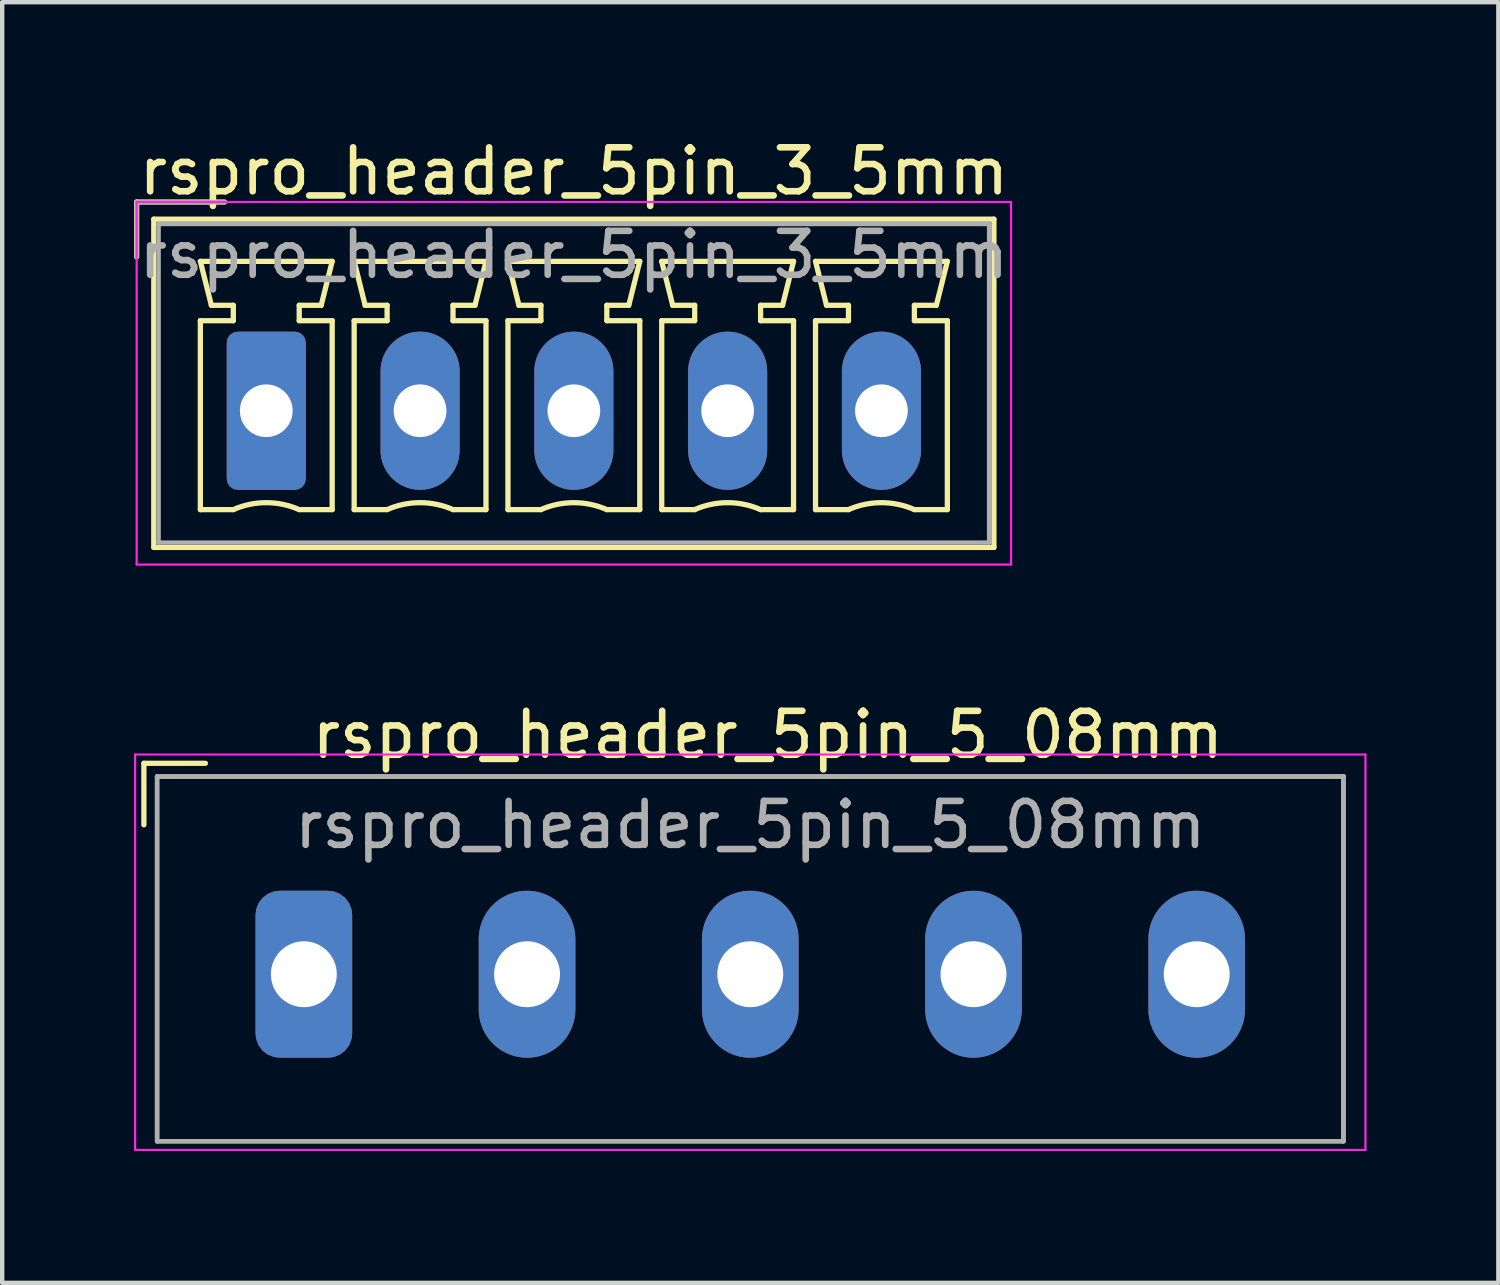
<source format=kicad_pcb>
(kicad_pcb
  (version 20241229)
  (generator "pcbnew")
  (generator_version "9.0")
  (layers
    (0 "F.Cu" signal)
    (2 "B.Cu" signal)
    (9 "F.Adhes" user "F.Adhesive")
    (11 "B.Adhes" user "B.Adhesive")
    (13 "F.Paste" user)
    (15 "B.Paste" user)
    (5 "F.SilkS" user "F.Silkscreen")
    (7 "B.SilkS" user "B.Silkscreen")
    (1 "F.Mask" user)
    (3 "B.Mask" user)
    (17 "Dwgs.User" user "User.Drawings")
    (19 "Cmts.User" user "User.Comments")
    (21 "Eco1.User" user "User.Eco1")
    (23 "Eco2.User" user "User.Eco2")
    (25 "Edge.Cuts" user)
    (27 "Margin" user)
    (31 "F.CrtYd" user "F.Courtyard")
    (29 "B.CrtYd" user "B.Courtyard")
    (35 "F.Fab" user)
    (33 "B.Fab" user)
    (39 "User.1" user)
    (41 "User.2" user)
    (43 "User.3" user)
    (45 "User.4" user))
  (footprint "rspro_header_5pin_5_08mm"
    (layer "F.Cu")
    (at 14.025 19.122)
    (property "Reference" "rspro_header_5pin_5_08mm" (at 0.4 -5.45 0) (layer "F.SilkS") (effects (font (size 1 1) (thickness 0.15))))
    (attr through_hole)
    (fp_line (start -13.8 -4.8) (end -13.8 -3.4) (stroke (width 0.12) (type default)) (layer "F.SilkS"))
    (fp_line (start -13.8 -4.8) (end -12.4 -4.8) (stroke (width 0.12) (type default)) (layer "F.SilkS"))
    (fp_line (start -13.5 -4.5) (end -13.5 3.8) (stroke (width 0.1) (type default)) (layer "F.SilkS"))
    (fp_line (start 13.5 -4.5) (end -13.5 -4.5) (stroke (width 0.1) (type solid)) (layer "F.SilkS"))
    (fp_line (start 13.5 -4.5) (end 13.5 3.8) (stroke (width 0.1) (type default)) (layer "F.SilkS"))
    (fp_line (start 13.5 3.8) (end -13.5 3.8) (stroke (width 0.1) (type solid)) (layer "F.SilkS"))
    (fp_line (start -14 -5) (end -14 4) (stroke (width 0.05) (type default)) (layer "F.CrtYd"))
    (fp_line (start -14 4) (end 14 4) (stroke (width 0.05) (type default)) (layer "F.CrtYd"))
    (fp_line (start 14 -5) (end -14 -5) (stroke (width 0.05) (type default)) (layer "F.CrtYd"))
    (fp_line (start 14 4) (end 14 -5) (stroke (width 0.05) (type default)) (layer "F.CrtYd"))
    (fp_line (start -13.5 -4.5) (end -13.5 3.8) (stroke (width 0.1) (type default)) (layer "F.Fab"))
    (fp_line (start 13.5 -4.5) (end -13.5 -4.5) (stroke (width 0.1) (type solid)) (layer "F.Fab"))
    (fp_line (start 13.5 -4.5) (end 13.5 3.8) (stroke (width 0.1) (type default)) (layer "F.Fab"))
    (fp_line (start 13.5 3.8) (end -13.5 3.8) (stroke (width 0.1) (type solid)) (layer "F.Fab"))
    (fp_text user "${REFERENCE}" (at 0 -3.4 0) (layer "F.Fab") (effects (font (size 1 1) (thickness 0.15))))
    (pad "1" thru_hole roundrect (at -10.16 0) (size 2.2 3.8) (drill 1.5) (layers "*.Cu" "*.Mask") (roundrect_rratio 0.25))
    (pad "2" thru_hole oval (at -5.08 0) (size 2.2 3.8) (drill 1.5) (layers "*.Cu" "*.Mask"))
    (pad "3" thru_hole oval (at 0 0) (size 2.2 3.8) (drill 1.5) (layers "*.Cu" "*.Mask"))
    (pad "4" thru_hole oval (at 5.08 0) (size 2.2 3.8) (drill 1.5) (layers "*.Cu" "*.Mask"))
    (pad "5" thru_hole oval (at 10.16 0) (size 2.2 3.8) (drill 1.5) (layers "*.Cu" "*.Mask")))
  (footprint "rspro_header_5pin_3_5mm"
    (layer "F.Cu")
    (at 3.01 6.298)
    (property "Reference" "rspro_header_5pin_3_5mm" (at 7 -5.45 0) (layer "F.SilkS") (effects (font (size 1 1) (thickness 0.15))))
    (attr through_hole)
    (fp_line (start -2.95 -4.75) (end -0.95 -4.75) (stroke (width 0.12) (type solid)) (layer "F.SilkS"))
    (fp_line (start -2.95 -3.5) (end -2.95 -4.75) (stroke (width 0.12) (type solid)) (layer "F.SilkS"))
    (fp_line (start -2.56 -4.36) (end -2.56 3.11) (stroke (width 0.12) (type solid)) (layer "F.SilkS"))
    (fp_line (start -2.56 3.11) (end 16.56 3.11) (stroke (width 0.12) (type solid)) (layer "F.SilkS"))
    (fp_line (start -1.5 -3.4) (end 1.5 -3.4) (stroke (width 0.12) (type solid)) (layer "F.SilkS"))
    (fp_line (start -1.5 -2.05) (end -0.75 -2.05) (stroke (width 0.12) (type solid)) (layer "F.SilkS"))
    (fp_line (start -1.5 2.25) (end -1.5 -2.05) (stroke (width 0.12) (type solid)) (layer "F.SilkS"))
    (fp_line (start -1.25 -2.4) (end -1.5 -3.4) (stroke (width 0.12) (type solid)) (layer "F.SilkS"))
    (fp_line (start -0.75 -2.4) (end -1.25 -2.4) (stroke (width 0.12) (type solid)) (layer "F.SilkS"))
    (fp_line (start -0.75 -2.05) (end -0.75 -2.4) (stroke (width 0.12) (type solid)) (layer "F.SilkS"))
    (fp_line (start -0.75 2.25) (end -1.5 2.25) (stroke (width 0.12) (type solid)) (layer "F.SilkS"))
    (fp_line (start 0.75 -2.4) (end 0.75 -2.05) (stroke (width 0.12) (type solid)) (layer "F.SilkS"))
    (fp_line (start 0.75 -2.05) (end 1.5 -2.05) (stroke (width 0.12) (type solid)) (layer "F.SilkS"))
    (fp_line (start 1.25 -2.4) (end 0.75 -2.4) (stroke (width 0.12) (type solid)) (layer "F.SilkS"))
    (fp_line (start 1.5 -3.4) (end 1.25 -2.4) (stroke (width 0.12) (type solid)) (layer "F.SilkS"))
    (fp_line (start 1.5 -2.05) (end 1.5 2.25) (stroke (width 0.12) (type solid)) (layer "F.SilkS"))
    (fp_line (start 1.5 2.25) (end 0.75 2.25) (stroke (width 0.12) (type solid)) (layer "F.SilkS"))
    (fp_line (start 2 -3.4) (end 5 -3.4) (stroke (width 0.12) (type solid)) (layer "F.SilkS"))
    (fp_line (start 2 -2.05) (end 2.75 -2.05) (stroke (width 0.12) (type solid)) (layer "F.SilkS"))
    (fp_line (start 2 2.25) (end 2 -2.05) (stroke (width 0.12) (type solid)) (layer "F.SilkS"))
    (fp_line (start 2.25 -2.4) (end 2 -3.4) (stroke (width 0.12) (type solid)) (layer "F.SilkS"))
    (fp_line (start 2.75 -2.4) (end 2.25 -2.4) (stroke (width 0.12) (type solid)) (layer "F.SilkS"))
    (fp_line (start 2.75 -2.05) (end 2.75 -2.4) (stroke (width 0.12) (type solid)) (layer "F.SilkS"))
    (fp_line (start 2.75 2.25) (end 2 2.25) (stroke (width 0.12) (type solid)) (layer "F.SilkS"))
    (fp_line (start 4.25 -2.4) (end 4.25 -2.05) (stroke (width 0.12) (type solid)) (layer "F.SilkS"))
    (fp_line (start 4.25 -2.05) (end 5 -2.05) (stroke (width 0.12) (type solid)) (layer "F.SilkS"))
    (fp_line (start 4.75 -2.4) (end 4.25 -2.4) (stroke (width 0.12) (type solid)) (layer "F.SilkS"))
    (fp_line (start 5 -3.4) (end 4.75 -2.4) (stroke (width 0.12) (type solid)) (layer "F.SilkS"))
    (fp_line (start 5 -2.05) (end 5 2.25) (stroke (width 0.12) (type solid)) (layer "F.SilkS"))
    (fp_line (start 5 2.25) (end 4.25 2.25) (stroke (width 0.12) (type solid)) (layer "F.SilkS"))
    (fp_line (start 5.5 -3.4) (end 8.5 -3.4) (stroke (width 0.12) (type solid)) (layer "F.SilkS"))
    (fp_line (start 5.5 -2.05) (end 6.25 -2.05) (stroke (width 0.12) (type solid)) (layer "F.SilkS"))
    (fp_line (start 5.5 2.25) (end 5.5 -2.05) (stroke (width 0.12) (type solid)) (layer "F.SilkS"))
    (fp_line (start 5.75 -2.4) (end 5.5 -3.4) (stroke (width 0.12) (type solid)) (layer "F.SilkS"))
    (fp_line (start 6.25 -2.4) (end 5.75 -2.4) (stroke (width 0.12) (type solid)) (layer "F.SilkS"))
    (fp_line (start 6.25 -2.05) (end 6.25 -2.4) (stroke (width 0.12) (type solid)) (layer "F.SilkS"))
    (fp_line (start 6.25 2.25) (end 5.5 2.25) (stroke (width 0.12) (type solid)) (layer "F.SilkS"))
    (fp_line (start 7.75 -2.4) (end 7.75 -2.05) (stroke (width 0.12) (type solid)) (layer "F.SilkS"))
    (fp_line (start 7.75 -2.05) (end 8.5 -2.05) (stroke (width 0.12) (type solid)) (layer "F.SilkS"))
    (fp_line (start 8.25 -2.4) (end 7.75 -2.4) (stroke (width 0.12) (type solid)) (layer "F.SilkS"))
    (fp_line (start 8.5 -3.4) (end 8.25 -2.4) (stroke (width 0.12) (type solid)) (layer "F.SilkS"))
    (fp_line (start 8.5 -2.05) (end 8.5 2.25) (stroke (width 0.12) (type solid)) (layer "F.SilkS"))
    (fp_line (start 8.5 2.25) (end 7.75 2.25) (stroke (width 0.12) (type solid)) (layer "F.SilkS"))
    (fp_line (start 9 -3.4) (end 12 -3.4) (stroke (width 0.12) (type solid)) (layer "F.SilkS"))
    (fp_line (start 9 -2.05) (end 9.75 -2.05) (stroke (width 0.12) (type solid)) (layer "F.SilkS"))
    (fp_line (start 9 2.25) (end 9 -2.05) (stroke (width 0.12) (type solid)) (layer "F.SilkS"))
    (fp_line (start 9.25 -2.4) (end 9 -3.4) (stroke (width 0.12) (type solid)) (layer "F.SilkS"))
    (fp_line (start 9.75 -2.4) (end 9.25 -2.4) (stroke (width 0.12) (type solid)) (layer "F.SilkS"))
    (fp_line (start 9.75 -2.05) (end 9.75 -2.4) (stroke (width 0.12) (type solid)) (layer "F.SilkS"))
    (fp_line (start 9.75 2.25) (end 9 2.25) (stroke (width 0.12) (type solid)) (layer "F.SilkS"))
    (fp_line (start 11.25 -2.4) (end 11.25 -2.05) (stroke (width 0.12) (type solid)) (layer "F.SilkS"))
    (fp_line (start 11.25 -2.05) (end 12 -2.05) (stroke (width 0.12) (type solid)) (layer "F.SilkS"))
    (fp_line (start 11.75 -2.4) (end 11.25 -2.4) (stroke (width 0.12) (type solid)) (layer "F.SilkS"))
    (fp_line (start 12 -3.4) (end 11.75 -2.4) (stroke (width 0.12) (type solid)) (layer "F.SilkS"))
    (fp_line (start 12 -2.05) (end 12 2.25) (stroke (width 0.12) (type solid)) (layer "F.SilkS"))
    (fp_line (start 12 2.25) (end 11.25 2.25) (stroke (width 0.12) (type solid)) (layer "F.SilkS"))
    (fp_line (start 12.5 -3.4) (end 15.5 -3.4) (stroke (width 0.12) (type solid)) (layer "F.SilkS"))
    (fp_line (start 12.5 -2.05) (end 13.25 -2.05) (stroke (width 0.12) (type solid)) (layer "F.SilkS"))
    (fp_line (start 12.5 2.25) (end 12.5 -2.05) (stroke (width 0.12) (type solid)) (layer "F.SilkS"))
    (fp_line (start 12.75 -2.4) (end 12.5 -3.4) (stroke (width 0.12) (type solid)) (layer "F.SilkS"))
    (fp_line (start 13.25 -2.4) (end 12.75 -2.4) (stroke (width 0.12) (type solid)) (layer "F.SilkS"))
    (fp_line (start 13.25 -2.05) (end 13.25 -2.4) (stroke (width 0.12) (type solid)) (layer "F.SilkS"))
    (fp_line (start 13.25 2.25) (end 12.5 2.25) (stroke (width 0.12) (type solid)) (layer "F.SilkS"))
    (fp_line (start 14.75 -2.4) (end 14.75 -2.05) (stroke (width 0.12) (type solid)) (layer "F.SilkS"))
    (fp_line (start 14.75 -2.05) (end 15.5 -2.05) (stroke (width 0.12) (type solid)) (layer "F.SilkS"))
    (fp_line (start 15.25 -2.4) (end 14.75 -2.4) (stroke (width 0.12) (type solid)) (layer "F.SilkS"))
    (fp_line (start 15.5 -3.4) (end 15.25 -2.4) (stroke (width 0.12) (type solid)) (layer "F.SilkS"))
    (fp_line (start 15.5 -2.05) (end 15.5 2.25) (stroke (width 0.12) (type solid)) (layer "F.SilkS"))
    (fp_line (start 15.5 2.25) (end 14.75 2.25) (stroke (width 0.12) (type solid)) (layer "F.SilkS"))
    (fp_line (start 16.56 -4.36) (end -2.56 -4.36) (stroke (width 0.12) (type solid)) (layer "F.SilkS"))
    (fp_line (start 16.56 3.11) (end 16.56 -4.36) (stroke (width 0.12) (type solid)) (layer "F.SilkS"))
    (fp_arc (start -0.75 2.25) (mid -0.000193 2.09191) (end 0.749647 2.249844) (stroke (width 0.12) (type solid)) (layer "F.SilkS"))
    (fp_arc (start 2.75 2.25) (mid 3.499807 2.09191) (end 4.249647 2.249844) (stroke (width 0.12) (type solid)) (layer "F.SilkS"))
    (fp_arc (start 6.25 2.25) (mid 6.999807 2.09191) (end 7.749647 2.249844) (stroke (width 0.12) (type solid)) (layer "F.SilkS"))
    (fp_arc (start 9.75 2.25) (mid 10.499807 2.09191) (end 11.249647 2.249844) (stroke (width 0.12) (type solid)) (layer "F.SilkS"))
    (fp_arc (start 13.25 2.25) (mid 13.999807 2.09191) (end 14.749647 2.249844) (stroke (width 0.12) (type solid)) (layer "F.SilkS"))
    (fp_line (start -2.95 -4.75) (end -2.95 3.5) (stroke (width 0.05) (type solid)) (layer "F.CrtYd"))
    (fp_line (start -2.95 3.5) (end 16.95 3.5) (stroke (width 0.05) (type solid)) (layer "F.CrtYd"))
    (fp_line (start 16.95 -4.75) (end -2.95 -4.75) (stroke (width 0.05) (type solid)) (layer "F.CrtYd"))
    (fp_line (start 16.95 3.5) (end 16.95 -4.75) (stroke (width 0.05) (type solid)) (layer "F.CrtYd"))
    (fp_line (start -2.95 -4.75) (end -0.95 -4.75) (stroke (width 0.1) (type solid)) (layer "F.Fab"))
    (fp_line (start -2.95 -3.5) (end -2.95 -4.75) (stroke (width 0.1) (type solid)) (layer "F.Fab"))
    (fp_line (start -2.45 -4.25) (end -2.45 3) (stroke (width 0.1) (type solid)) (layer "F.Fab"))
    (fp_line (start -2.45 3) (end 16.45 3) (stroke (width 0.1) (type solid)) (layer "F.Fab"))
    (fp_line (start 16.45 -4.25) (end -2.45 -4.25) (stroke (width 0.1) (type solid)) (layer "F.Fab"))
    (fp_line (start 16.45 3) (end 16.45 -4.25) (stroke (width 0.1) (type solid)) (layer "F.Fab"))
    (fp_text user "${REFERENCE}" (at 7 -3.55 0) (layer "F.Fab") (effects (font (size 1 1) (thickness 0.15))))
    (pad "1" thru_hole roundrect (at 0 0) (size 1.8 3.6) (drill 1.2) (layers "*.Cu" "*.Mask") (roundrect_rratio 0.139))
    (pad "2" thru_hole oval (at 3.5 0) (size 1.8 3.6) (drill 1.2) (layers "*.Cu" "*.Mask"))
    (pad "3" thru_hole oval (at 7 0) (size 1.8 3.6) (drill 1.2) (layers "*.Cu" "*.Mask"))
    (pad "4" thru_hole oval (at 10.5 0) (size 1.8 3.6) (drill 1.2) (layers "*.Cu" "*.Mask"))
    (pad "5" thru_hole oval (at 14 0) (size 1.8 3.6) (drill 1.2) (layers "*.Cu" "*.Mask")))
  (gr_rect
    (start -3 -3)
    (end 31.05 26.146)
    (stroke (width 0.1) (type default))
    (fill no)
    (layer "Edge.Cuts")))
</source>
